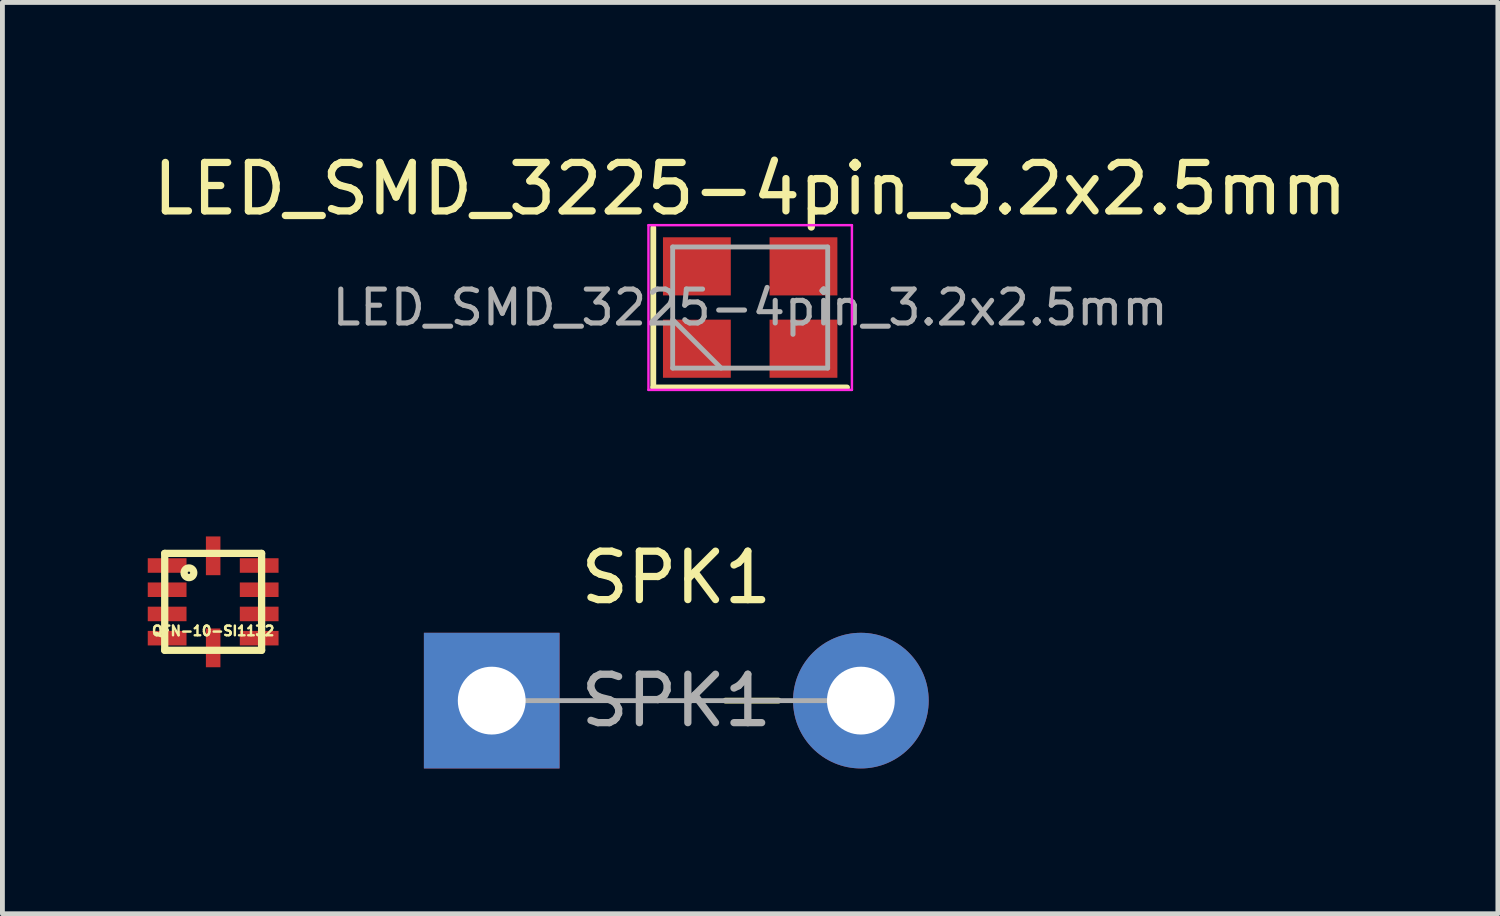
<source format=kicad_pcb>
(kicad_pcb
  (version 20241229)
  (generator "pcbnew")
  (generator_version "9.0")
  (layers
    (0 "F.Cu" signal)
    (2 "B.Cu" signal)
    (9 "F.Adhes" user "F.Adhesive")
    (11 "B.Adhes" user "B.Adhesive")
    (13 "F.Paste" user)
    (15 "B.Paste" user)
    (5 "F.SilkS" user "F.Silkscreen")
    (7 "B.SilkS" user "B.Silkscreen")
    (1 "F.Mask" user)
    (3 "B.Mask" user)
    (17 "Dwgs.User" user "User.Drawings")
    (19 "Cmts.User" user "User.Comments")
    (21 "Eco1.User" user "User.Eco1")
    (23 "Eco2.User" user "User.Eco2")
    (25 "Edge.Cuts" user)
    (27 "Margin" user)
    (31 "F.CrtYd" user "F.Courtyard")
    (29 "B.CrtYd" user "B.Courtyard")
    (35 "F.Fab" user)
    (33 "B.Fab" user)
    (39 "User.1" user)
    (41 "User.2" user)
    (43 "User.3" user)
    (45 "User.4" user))
  (footprint "SPK1"
    (layer "F.Cu")
    (at 7.1 11.412)
    (property "Reference" "SPK1" (at 3.81 -2.54 0) (layer "F.SilkS") (effects (font (size 1 1) (thickness 0.15))))
    (attr through_hole)
    (fp_line (start 4.825 0) (end 5.92 0) (stroke (width 0.12) (type solid)) (layer "F.SilkS"))
    (fp_line (start 0 0) (end 7.62 0) (stroke (width 0.1) (type solid)) (layer "F.Fab"))
    (fp_text user "${REFERENCE}" (at 3.81 0 0) (layer "F.Fab") (effects (font (size 1 1) (thickness 0.15))))
    (pad "1" thru_hole rect (at 0 0) (size 2.8 2.8) (drill 1.4) (layers "*.Cu" "*.Mask"))
    (pad "2" thru_hole oval (at 7.62 0) (size 2.8 2.8) (drill 1.4) (layers "*.Cu" "*.Mask")))
  (footprint "LED_SMD_3225-4pin_3.2x2.5mm"
    (layer "F.Cu")
    (at 12.435 3.298)
    (property "Reference" "LED_SMD_3225-4pin_3.2x2.5mm" (at 0 -2.45 0) (layer "F.SilkS") (effects (font (size 1 1) (thickness 0.15))))
    (attr smd)
    (fp_line (start -2 -1.65) (end -2 1.65) (stroke (width 0.12) (type solid)) (layer "F.SilkS"))
    (fp_line (start -2 1.65) (end 2 1.65) (stroke (width 0.12) (type solid)) (layer "F.SilkS"))
    (fp_line (start -2.1 -1.7) (end -2.1 1.7) (stroke (width 0.05) (type solid)) (layer "F.CrtYd"))
    (fp_line (start -2.1 1.7) (end 2.1 1.7) (stroke (width 0.05) (type solid)) (layer "F.CrtYd"))
    (fp_line (start 2.1 -1.7) (end -2.1 -1.7) (stroke (width 0.05) (type solid)) (layer "F.CrtYd"))
    (fp_line (start 2.1 1.7) (end 2.1 -1.7) (stroke (width 0.05) (type solid)) (layer "F.CrtYd"))
    (fp_line (start -1.6 -1.25) (end -1.6 1.25) (stroke (width 0.1) (type solid)) (layer "F.Fab"))
    (fp_line (start -1.6 0.25) (end -0.6 1.25) (stroke (width 0.1) (type solid)) (layer "F.Fab"))
    (fp_line (start -1.6 1.25) (end 1.6 1.25) (stroke (width 0.1) (type solid)) (layer "F.Fab"))
    (fp_line (start 1.6 -1.25) (end -1.6 -1.25) (stroke (width 0.1) (type solid)) (layer "F.Fab"))
    (fp_line (start 1.6 1.25) (end 1.6 -1.25) (stroke (width 0.1) (type solid)) (layer "F.Fab"))
    (fp_text user "${REFERENCE}" (at 0 0 0) (layer "F.Fab") (effects (font (size 0.7 0.7) (thickness 0.105))))
    (pad "1" smd rect (at -1.1 0.85) (size 1.4 1.2) (layers "F.Cu" "F.Mask" "F.Paste"))
    (pad "2" smd rect (at -1.1 -0.85) (size 1.4 1.2) (layers "F.Cu" "F.Mask" "F.Paste"))
    (pad "3" smd rect (at 1.1 0.85) (size 1.4 1.2) (layers "F.Cu" "F.Mask" "F.Paste"))
    (pad "4" smd rect (at 1.1 -0.85) (size 1.4 1.2) (layers "F.Cu" "F.Mask" "F.Paste")))
  (footprint "QFN-10-SI1132"
    (layer "F.Cu")
    (at 1.35 9.373)
    (property "Reference" "QFN-10-SI1132" (at 0 0.6 0) (layer "F.SilkS") (effects (font (size 0.2 0.2) (thickness 0.05))))
    (attr through_hole)
    (fp_line (start -1 -1) (end 1 -1) (stroke (width 0.15) (type solid)) (layer "F.SilkS"))
    (fp_line (start -1 1) (end -1 -1) (stroke (width 0.15) (type solid)) (layer "F.SilkS"))
    (fp_line (start 1 -1) (end 1 1) (stroke (width 0.15) (type solid)) (layer "F.SilkS"))
    (fp_line (start 1 1) (end -1 1) (stroke (width 0.15) (type solid)) (layer "F.SilkS"))
    (fp_circle (center -0.5 -0.6) (end -0.5 -0.5) (stroke (width 0.15) (type solid)) (fill no) (layer "F.SilkS"))
    (pad "1" smd rect (at -0.95 -0.75) (size 0.8 0.3) (layers "F.Cu" "F.Mask" "F.Paste"))
    (pad "2" smd rect (at -0.95 -0.25) (size 0.8 0.3) (layers "F.Cu" "F.Mask" "F.Paste"))
    (pad "3" smd rect (at -0.95 0.25) (size 0.8 0.3) (layers "F.Cu" "F.Mask" "F.Paste"))
    (pad "4" smd rect (at -0.95 0.75) (size 0.8 0.3) (layers "F.Cu" "F.Mask" "F.Paste"))
    (pad "5" smd rect (at 0 0.95) (size 0.3 0.8) (layers "F.Cu" "F.Mask" "F.Paste"))
    (pad "6" smd rect (at 0.95 0.75) (size 0.8 0.3) (layers "F.Cu" "F.Mask" "F.Paste"))
    (pad "7" smd rect (at 0.95 0.25) (size 0.8 0.3) (layers "F.Cu" "F.Mask" "F.Paste"))
    (pad "8" smd rect (at 0.95 -0.25) (size 0.8 0.3) (layers "F.Cu" "F.Mask" "F.Paste"))
    (pad "9" smd rect (at 0.95 -0.75) (size 0.8 0.3) (layers "F.Cu" "F.Mask" "F.Paste"))
    (pad "10" smd rect (at 0 -0.95) (size 0.3 0.8) (layers "F.Cu" "F.Mask" "F.Paste")))
  (gr_rect
    (start -3 -3)
    (end 27.869 15.812)
    (stroke (width 0.1) (type default))
    (fill no)
    (layer "Edge.Cuts")))
</source>
